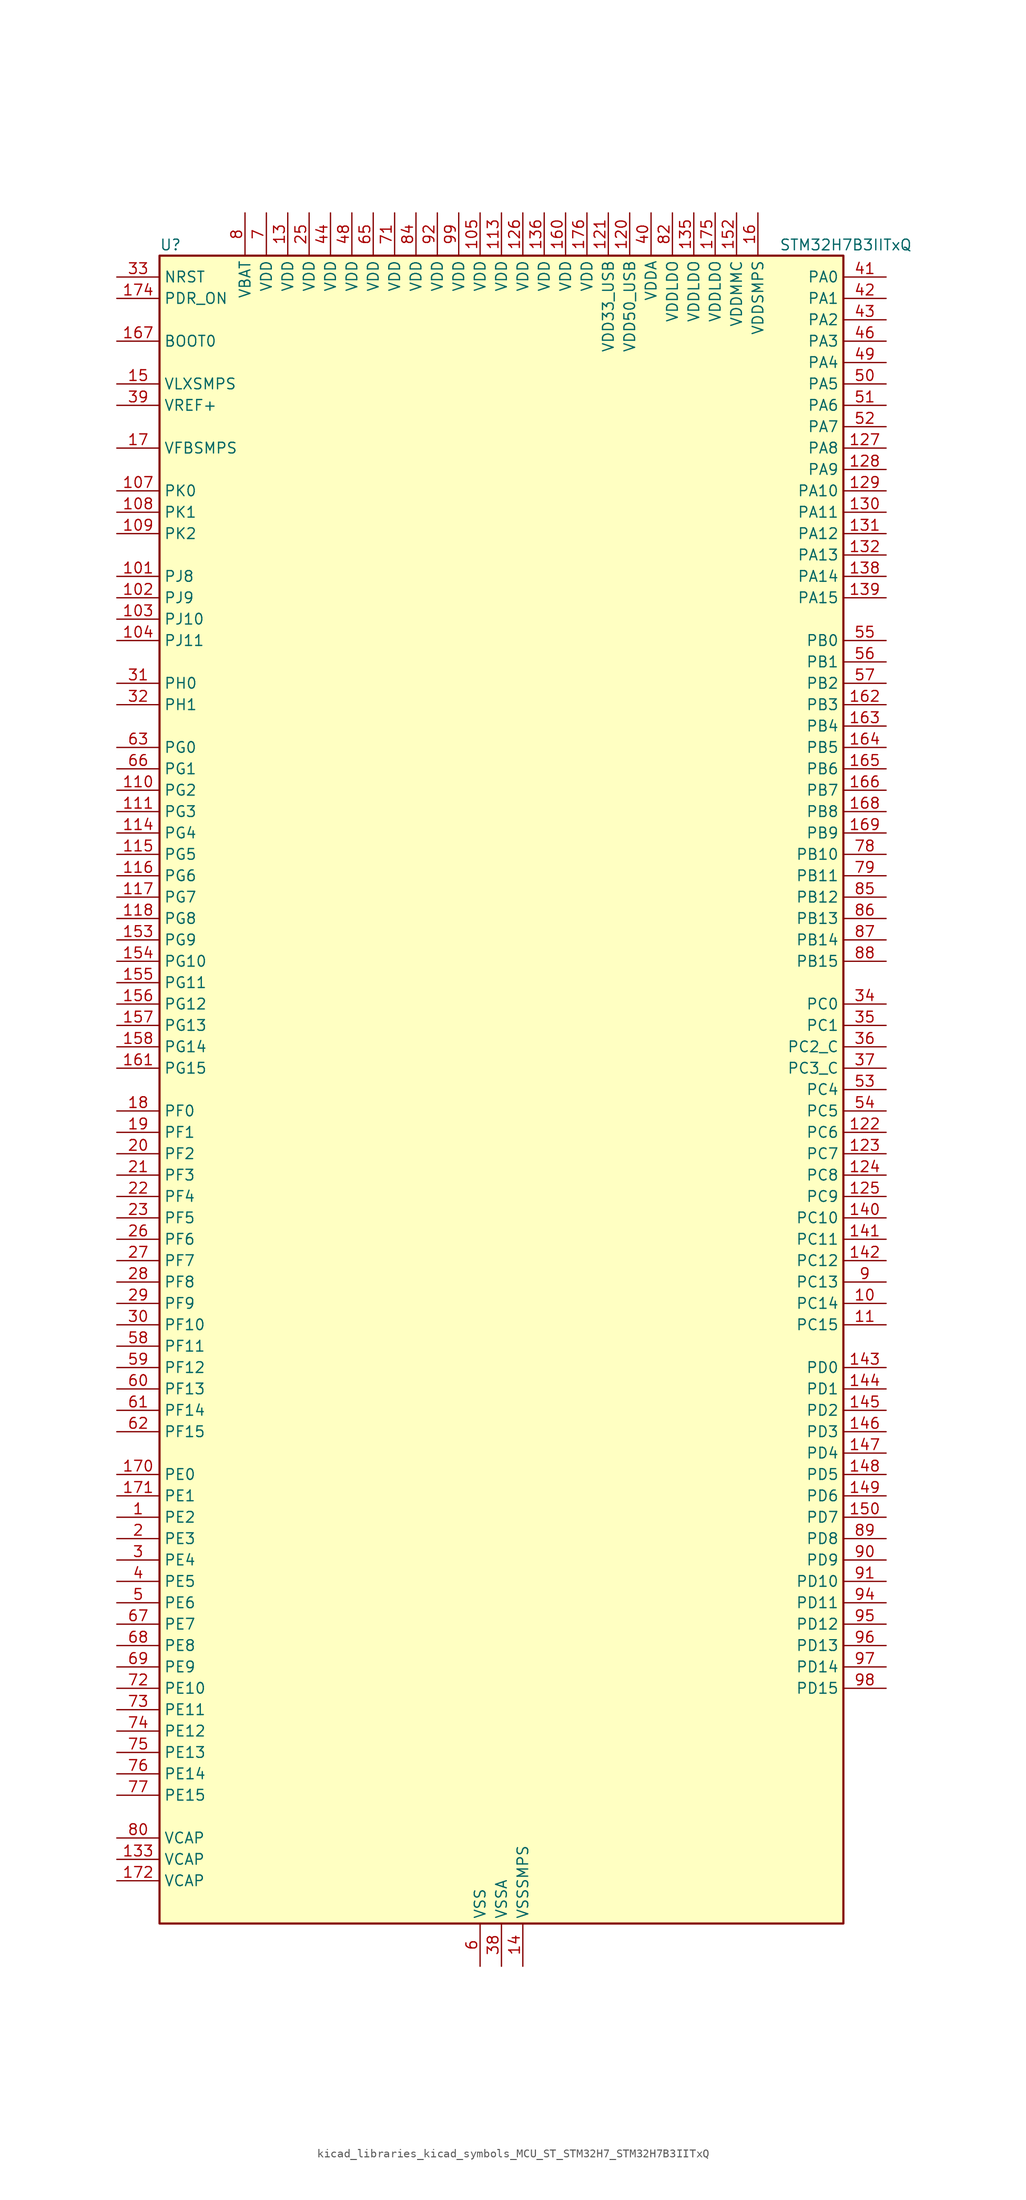
<source format=kicad_sym>
(kicad_symbol_lib
  (version 20220914)
  (generator kicad_symbol_editor)
  (symbol "kicad_libraries_kicad_symbols_MCU_ST_STM32H7_STM32H7B3IITxQ"
    (property "Reference" "U"
      (at -40.64 100.33 0)
      (effects (font (size 1.27 1.27)) (justify left)))
    (property "Value" "STM32H7B3IITxQ"
      (at 33.02 100.33 0)
      (effects (font (size 1.27 1.27)) (justify left)))
    (property "ki_locked" ""
      (at 0 0 0)
      (effects (font (size 1.27 1.27))))
    (symbol "kicad_libraries_kicad_symbols_MCU_ST_STM32H7_STM32H7B3IITxQ_0_1"
      (rectangle (start -40.64 -99.06) (end 40.64 99.06) (stroke (width 0.254) (type default)) (fill (type background))))
    (symbol "kicad_libraries_kicad_symbols_MCU_ST_STM32H7_STM32H7B3IITxQ_1_1"
      (pin bidirectional line (at -45.72 -50.8 0) (length 5.08) (name "PE2" (effects (font (size 1.27 1.27)))) (number "1" (effects (font (size 1.27 1.27)))) (alternate "DEBUG_TRACECLK" bidirectional line) (alternate "FMC_A23" bidirectional line) (alternate "OCTOSPIM_P1_IO2" bidirectional line) (alternate "SAI1_CK1" bidirectional line) (alternate "SAI1_MCLK_A" bidirectional line) (alternate "SPI4_SCK" bidirectional line) (alternate "USART10_RX" bidirectional line))
      (pin bidirectional line (at 45.72 -25.4 180) (length 5.08) (name "PC14" (effects (font (size 1.27 1.27)))) (number "10" (effects (font (size 1.27 1.27)))) (alternate "RCC_OSC32_IN" bidirectional line))
      (pin passive line (at -2.54 -104.14 90) (length 5.08) hide (name "VSS" (effects (font (size 1.27 1.27)))) (number "100" (effects (font (size 1.27 1.27)))))
      (pin bidirectional line (at -45.72 60.96 0) (length 5.08) (name "PJ8" (effects (font (size 1.27 1.27)))) (number "101" (effects (font (size 1.27 1.27)))) (alternate "LTDC_G1" bidirectional line) (alternate "TIM1_CH3N" bidirectional line) (alternate "TIM8_CH1" bidirectional line) (alternate "UART8_TX" bidirectional line))
      (pin bidirectional line (at -45.72 58.42 0) (length 5.08) (name "PJ9" (effects (font (size 1.27 1.27)))) (number "102" (effects (font (size 1.27 1.27)))) (alternate "DAC1_EXTI9" bidirectional line) (alternate "LTDC_G2" bidirectional line) (alternate "TIM1_CH3" bidirectional line) (alternate "TIM8_CH1N" bidirectional line) (alternate "UART8_RX" bidirectional line))
      (pin bidirectional line (at -45.72 55.88 0) (length 5.08) (name "PJ10" (effects (font (size 1.27 1.27)))) (number "103" (effects (font (size 1.27 1.27)))) (alternate "LTDC_G3" bidirectional line) (alternate "SPI5_MOSI" bidirectional line) (alternate "TIM1_CH2N" bidirectional line) (alternate "TIM8_CH2" bidirectional line))
      (pin bidirectional line (at -45.72 53.34 0) (length 5.08) (name "PJ11" (effects (font (size 1.27 1.27)))) (number "104" (effects (font (size 1.27 1.27)))) (alternate "ADC1_EXTI11" bidirectional line) (alternate "ADC2_EXTI11" bidirectional line) (alternate "LTDC_G4" bidirectional line) (alternate "SPI5_MISO" bidirectional line) (alternate "TIM1_CH2" bidirectional line) (alternate "TIM8_CH2N" bidirectional line))
      (pin power_in line (at -2.54 104.14 270) (length 5.08) (name "VDD" (effects (font (size 1.27 1.27)))) (number "105" (effects (font (size 1.27 1.27)))))
      (pin passive line (at -2.54 -104.14 90) (length 5.08) hide (name "VSS" (effects (font (size 1.27 1.27)))) (number "106" (effects (font (size 1.27 1.27)))))
      (pin bidirectional line (at -45.72 71.12 0) (length 5.08) (name "PK0" (effects (font (size 1.27 1.27)))) (number "107" (effects (font (size 1.27 1.27)))) (alternate "LTDC_G5" bidirectional line) (alternate "SPI5_SCK" bidirectional line) (alternate "TIM1_CH1N" bidirectional line) (alternate "TIM8_CH3" bidirectional line))
      (pin bidirectional line (at -45.72 68.58 0) (length 5.08) (name "PK1" (effects (font (size 1.27 1.27)))) (number "108" (effects (font (size 1.27 1.27)))) (alternate "LTDC_G6" bidirectional line) (alternate "SPI5_NSS" bidirectional line) (alternate "TIM1_CH1" bidirectional line) (alternate "TIM8_CH3N" bidirectional line))
      (pin bidirectional line (at -45.72 66.04 0) (length 5.08) (name "PK2" (effects (font (size 1.27 1.27)))) (number "109" (effects (font (size 1.27 1.27)))) (alternate "LTDC_G7" bidirectional line) (alternate "TIM1_BKIN" bidirectional line) (alternate "TIM1_BKIN_COMP1" bidirectional line) (alternate "TIM1_BKIN_COMP2" bidirectional line) (alternate "TIM8_BKIN" bidirectional line) (alternate "TIM8_BKIN_COMP1" bidirectional line) (alternate "TIM8_BKIN_COMP2" bidirectional line))
      (pin bidirectional line (at 45.72 -27.94 180) (length 5.08) (name "PC15" (effects (font (size 1.27 1.27)))) (number "11" (effects (font (size 1.27 1.27)))) (alternate "ADC1_EXTI15" bidirectional line) (alternate "ADC2_EXTI15" bidirectional line) (alternate "RCC_OSC32_OUT" bidirectional line))
      (pin bidirectional line (at -45.72 35.56 0) (length 5.08) (name "PG2" (effects (font (size 1.27 1.27)))) (number "110" (effects (font (size 1.27 1.27)))) (alternate "FMC_A12" bidirectional line) (alternate "TIM8_BKIN" bidirectional line) (alternate "TIM8_BKIN_COMP1" bidirectional line) (alternate "TIM8_BKIN_COMP2" bidirectional line))
      (pin bidirectional line (at -45.72 33.02 0) (length 5.08) (name "PG3" (effects (font (size 1.27 1.27)))) (number "111" (effects (font (size 1.27 1.27)))) (alternate "FMC_A13" bidirectional line) (alternate "TIM8_BKIN2" bidirectional line) (alternate "TIM8_BKIN2_COMP1" bidirectional line) (alternate "TIM8_BKIN2_COMP2" bidirectional line))
      (pin passive line (at -2.54 -104.14 90) (length 5.08) hide (name "VSS" (effects (font (size 1.27 1.27)))) (number "112" (effects (font (size 1.27 1.27)))))
      (pin power_in line (at 0 104.14 270) (length 5.08) (name "VDD" (effects (font (size 1.27 1.27)))) (number "113" (effects (font (size 1.27 1.27)))))
      (pin bidirectional line (at -45.72 30.48 0) (length 5.08) (name "PG4" (effects (font (size 1.27 1.27)))) (number "114" (effects (font (size 1.27 1.27)))) (alternate "FMC_A14" bidirectional line) (alternate "FMC_BA0" bidirectional line) (alternate "TIM1_BKIN2" bidirectional line) (alternate "TIM1_BKIN2_COMP1" bidirectional line) (alternate "TIM1_BKIN2_COMP2" bidirectional line))
      (pin bidirectional line (at -45.72 27.94 0) (length 5.08) (name "PG5" (effects (font (size 1.27 1.27)))) (number "115" (effects (font (size 1.27 1.27)))) (alternate "FMC_A15" bidirectional line) (alternate "FMC_BA1" bidirectional line) (alternate "TIM1_ETR" bidirectional line))
      (pin bidirectional line (at -45.72 25.4 0) (length 5.08) (name "PG6" (effects (font (size 1.27 1.27)))) (number "116" (effects (font (size 1.27 1.27)))) (alternate "DCMI_D12" bidirectional line) (alternate "FMC_NE3" bidirectional line) (alternate "LTDC_R7" bidirectional line) (alternate "OCTOSPIM_P1_NCS" bidirectional line) (alternate "PSSI_D12" bidirectional line) (alternate "TIM17_BKIN" bidirectional line))
      (pin bidirectional line (at -45.72 22.86 0) (length 5.08) (name "PG7" (effects (font (size 1.27 1.27)))) (number "117" (effects (font (size 1.27 1.27)))) (alternate "DCMI_D13" bidirectional line) (alternate "FMC_INT" bidirectional line) (alternate "LTDC_CLK" bidirectional line) (alternate "OCTOSPIM_P2_DQS" bidirectional line) (alternate "PSSI_D13" bidirectional line) (alternate "SAI1_MCLK_A" bidirectional line) (alternate "USART6_CK" bidirectional line))
      (pin bidirectional line (at -45.72 20.32 0) (length 5.08) (name "PG8" (effects (font (size 1.27 1.27)))) (number "118" (effects (font (size 1.27 1.27)))) (alternate "FMC_SDCLK" bidirectional line) (alternate "I2S6_WS" bidirectional line) (alternate "LTDC_G7" bidirectional line) (alternate "SPDIFRX_IN2" bidirectional line) (alternate "SPI6_NSS" bidirectional line) (alternate "TIM8_ETR" bidirectional line) (alternate "USART6_DE" bidirectional line) (alternate "USART6_RTS" bidirectional line))
      (pin passive line (at -2.54 -104.14 90) (length 5.08) hide (name "VSS" (effects (font (size 1.27 1.27)))) (number "119" (effects (font (size 1.27 1.27)))))
      (pin passive line (at -2.54 -104.14 90) (length 5.08) hide (name "VSS" (effects (font (size 1.27 1.27)))) (number "12" (effects (font (size 1.27 1.27)))))
      (pin power_in line (at 15.24 104.14 270) (length 5.08) (name "VDD50_USB" (effects (font (size 1.27 1.27)))) (number "120" (effects (font (size 1.27 1.27)))))
      (pin power_in line (at 12.7 104.14 270) (length 5.08) (name "VDD33_USB" (effects (font (size 1.27 1.27)))) (number "121" (effects (font (size 1.27 1.27)))))
      (pin bidirectional line (at 45.72 -5.08 180) (length 5.08) (name "PC6" (effects (font (size 1.27 1.27)))) (number "122" (effects (font (size 1.27 1.27)))) (alternate "DCMI_D0" bidirectional line) (alternate "DFSDM1_CKIN3" bidirectional line) (alternate "FMC_NWAIT" bidirectional line) (alternate "I2S2_MCK" bidirectional line) (alternate "LTDC_HSYNC" bidirectional line) (alternate "PSSI_D0" bidirectional line) (alternate "SDMMC1_D0DIR" bidirectional line) (alternate "SDMMC1_D6" bidirectional line) (alternate "SDMMC2_D6" bidirectional line) (alternate "SWPMI1_IO" bidirectional line) (alternate "TIM3_CH1" bidirectional line) (alternate "TIM8_CH1" bidirectional line) (alternate "USART6_TX" bidirectional line))
      (pin bidirectional line (at 45.72 -7.62 180) (length 5.08) (name "PC7" (effects (font (size 1.27 1.27)))) (number "123" (effects (font (size 1.27 1.27)))) (alternate "DCMI_D1" bidirectional line) (alternate "DEBUG_TRGIO" bidirectional line) (alternate "DFSDM1_DATIN3" bidirectional line) (alternate "FMC_NE1" bidirectional line) (alternate "I2S3_MCK" bidirectional line) (alternate "LTDC_G6" bidirectional line) (alternate "PSSI_D1" bidirectional line) (alternate "SDMMC1_D123DIR" bidirectional line) (alternate "SDMMC1_D7" bidirectional line) (alternate "SDMMC2_D7" bidirectional line) (alternate "SWPMI1_TX" bidirectional line) (alternate "TIM3_CH2" bidirectional line) (alternate "TIM8_CH2" bidirectional line) (alternate "USART6_RX" bidirectional line))
      (pin bidirectional line (at 45.72 -10.16 180) (length 5.08) (name "PC8" (effects (font (size 1.27 1.27)))) (number "124" (effects (font (size 1.27 1.27)))) (alternate "DCMI_D2" bidirectional line) (alternate "DEBUG_TRACED1" bidirectional line) (alternate "FMC_INT" bidirectional line) (alternate "FMC_NCE" bidirectional line) (alternate "FMC_NE2" bidirectional line) (alternate "PSSI_D2" bidirectional line) (alternate "SDMMC1_D0" bidirectional line) (alternate "SWPMI1_RX" bidirectional line) (alternate "TIM3_CH3" bidirectional line) (alternate "TIM8_CH3" bidirectional line) (alternate "UART5_DE" bidirectional line) (alternate "UART5_RTS" bidirectional line) (alternate "USART6_CK" bidirectional line))
      (pin bidirectional line (at 45.72 -12.7 180) (length 5.08) (name "PC9" (effects (font (size 1.27 1.27)))) (number "125" (effects (font (size 1.27 1.27)))) (alternate "DAC1_EXTI9" bidirectional line) (alternate "DCMI_D3" bidirectional line) (alternate "I2C3_SDA" bidirectional line) (alternate "I2S_CKIN" bidirectional line) (alternate "LTDC_B2" bidirectional line) (alternate "LTDC_G3" bidirectional line) (alternate "OCTOSPIM_P1_IO0" bidirectional line) (alternate "PSSI_D3" bidirectional line) (alternate "RCC_MCO_2" bidirectional line) (alternate "SDMMC1_D1" bidirectional line) (alternate "SWPMI1_SUSPEND" bidirectional line) (alternate "TIM3_CH4" bidirectional line) (alternate "TIM8_CH4" bidirectional line) (alternate "UART5_CTS" bidirectional line))
      (pin power_in line (at 2.54 104.14 270) (length 5.08) (name "VDD" (effects (font (size 1.27 1.27)))) (number "126" (effects (font (size 1.27 1.27)))))
      (pin bidirectional line (at 45.72 76.2 180) (length 5.08) (name "PA8" (effects (font (size 1.27 1.27)))) (number "127" (effects (font (size 1.27 1.27)))) (alternate "I2C3_SCL" bidirectional line) (alternate "LTDC_B3" bidirectional line) (alternate "LTDC_R6" bidirectional line) (alternate "RCC_MCO_1" bidirectional line) (alternate "TIM1_CH1" bidirectional line) (alternate "TIM8_BKIN2" bidirectional line) (alternate "TIM8_BKIN2_COMP1" bidirectional line) (alternate "TIM8_BKIN2_COMP2" bidirectional line) (alternate "UART7_RX" bidirectional line) (alternate "USART1_CK" bidirectional line) (alternate "USB_OTG_HS_SOF" bidirectional line))
      (pin bidirectional line (at 45.72 73.66 180) (length 5.08) (name "PA9" (effects (font (size 1.27 1.27)))) (number "128" (effects (font (size 1.27 1.27)))) (alternate "DAC1_EXTI9" bidirectional line) (alternate "DCMI_D0" bidirectional line) (alternate "I2C3_SMBA" bidirectional line) (alternate "I2S2_CK" bidirectional line) (alternate "LPUART1_TX" bidirectional line) (alternate "LTDC_R5" bidirectional line) (alternate "PSSI_D0" bidirectional line) (alternate "SPI2_SCK" bidirectional line) (alternate "TIM1_CH2" bidirectional line) (alternate "USART1_TX" bidirectional line) (alternate "USB_OTG_HS_VBUS" bidirectional line))
      (pin bidirectional line (at 45.72 71.12 180) (length 5.08) (name "PA10" (effects (font (size 1.27 1.27)))) (number "129" (effects (font (size 1.27 1.27)))) (alternate "DCMI_D1" bidirectional line) (alternate "LPUART1_RX" bidirectional line) (alternate "LTDC_B1" bidirectional line) (alternate "LTDC_B4" bidirectional line) (alternate "MDIOS_MDIO" bidirectional line) (alternate "PSSI_D1" bidirectional line) (alternate "TIM1_CH3" bidirectional line) (alternate "USART1_RX" bidirectional line) (alternate "USB_OTG_HS_ID" bidirectional line))
      (pin power_in line (at -25.4 104.14 270) (length 5.08) (name "VDD" (effects (font (size 1.27 1.27)))) (number "13" (effects (font (size 1.27 1.27)))))
      (pin bidirectional line (at 45.72 68.58 180) (length 5.08) (name "PA11" (effects (font (size 1.27 1.27)))) (number "130" (effects (font (size 1.27 1.27)))) (alternate "ADC1_EXTI11" bidirectional line) (alternate "ADC2_EXTI11" bidirectional line) (alternate "FDCAN1_RX" bidirectional line) (alternate "I2S2_WS" bidirectional line) (alternate "LPUART1_CTS" bidirectional line) (alternate "LTDC_R4" bidirectional line) (alternate "SPI2_NSS" bidirectional line) (alternate "TIM1_CH4" bidirectional line) (alternate "UART4_RX" bidirectional line) (alternate "USART1_CTS" bidirectional line) (alternate "USART1_NSS" bidirectional line) (alternate "USB_OTG_HS_DM" bidirectional line))
      (pin bidirectional line (at 45.72 66.04 180) (length 5.08) (name "PA12" (effects (font (size 1.27 1.27)))) (number "131" (effects (font (size 1.27 1.27)))) (alternate "FDCAN1_TX" bidirectional line) (alternate "I2S2_CK" bidirectional line) (alternate "LPUART1_DE" bidirectional line) (alternate "LPUART1_RTS" bidirectional line) (alternate "LTDC_R5" bidirectional line) (alternate "SAI2_FS_B" bidirectional line) (alternate "SPI2_SCK" bidirectional line) (alternate "TIM1_ETR" bidirectional line) (alternate "UART4_TX" bidirectional line) (alternate "USART1_DE" bidirectional line) (alternate "USART1_RTS" bidirectional line) (alternate "USB_OTG_HS_DP" bidirectional line))
      (pin bidirectional line (at 45.72 63.5 180) (length 5.08) (name "PA13" (effects (font (size 1.27 1.27)))) (number "132" (effects (font (size 1.27 1.27)))) (alternate "DEBUG_JTMS-SWDIO" bidirectional line))
      (pin power_out line (at -45.72 -91.44 0) (length 5.08) (name "VCAP" (effects (font (size 1.27 1.27)))) (number "133" (effects (font (size 1.27 1.27)))))
      (pin passive line (at -2.54 -104.14 90) (length 5.08) hide (name "VSS" (effects (font (size 1.27 1.27)))) (number "134" (effects (font (size 1.27 1.27)))))
      (pin power_in line (at 22.86 104.14 270) (length 5.08) (name "VDDLDO" (effects (font (size 1.27 1.27)))) (number "135" (effects (font (size 1.27 1.27)))))
      (pin power_in line (at 5.08 104.14 270) (length 5.08) (name "VDD" (effects (font (size 1.27 1.27)))) (number "136" (effects (font (size 1.27 1.27)))))
      (pin passive line (at -2.54 -104.14 90) (length 5.08) hide (name "VSS" (effects (font (size 1.27 1.27)))) (number "137" (effects (font (size 1.27 1.27)))))
      (pin bidirectional line (at 45.72 60.96 180) (length 5.08) (name "PA14" (effects (font (size 1.27 1.27)))) (number "138" (effects (font (size 1.27 1.27)))) (alternate "DEBUG_JTCK-SWCLK" bidirectional line))
      (pin bidirectional line (at 45.72 58.42 180) (length 5.08) (name "PA15" (effects (font (size 1.27 1.27)))) (number "139" (effects (font (size 1.27 1.27)))) (alternate "ADC1_EXTI15" bidirectional line) (alternate "ADC2_EXTI15" bidirectional line) (alternate "CEC" bidirectional line) (alternate "DEBUG_JTDI" bidirectional line) (alternate "I2S1_WS" bidirectional line) (alternate "I2S3_WS" bidirectional line) (alternate "I2S6_WS" bidirectional line) (alternate "LTDC_B6" bidirectional line) (alternate "LTDC_R3" bidirectional line) (alternate "SPI1_NSS" bidirectional line) (alternate "SPI3_NSS" bidirectional line) (alternate "SPI6_NSS" bidirectional line) (alternate "TIM2_CH1" bidirectional line) (alternate "TIM2_ETR" bidirectional line) (alternate "UART4_DE" bidirectional line) (alternate "UART4_RTS" bidirectional line) (alternate "UART7_TX" bidirectional line))
      (pin power_in line (at 2.54 -104.14 90) (length 5.08) (name "VSSSMPS" (effects (font (size 1.27 1.27)))) (number "14" (effects (font (size 1.27 1.27)))))
      (pin bidirectional line (at 45.72 -15.24 180) (length 5.08) (name "PC10" (effects (font (size 1.27 1.27)))) (number "140" (effects (font (size 1.27 1.27)))) (alternate "DCMI_D8" bidirectional line) (alternate "DFSDM1_CKIN5" bidirectional line) (alternate "DFSDM2_CKIN0" bidirectional line) (alternate "I2S3_CK" bidirectional line) (alternate "LTDC_B1" bidirectional line) (alternate "LTDC_R2" bidirectional line) (alternate "OCTOSPIM_P1_IO1" bidirectional line) (alternate "PSSI_D8" bidirectional line) (alternate "SDMMC1_D2" bidirectional line) (alternate "SPI3_SCK" bidirectional line) (alternate "SWPMI1_RX" bidirectional line) (alternate "UART4_TX" bidirectional line) (alternate "USART3_TX" bidirectional line))
      (pin bidirectional line (at 45.72 -17.78 180) (length 5.08) (name "PC11" (effects (font (size 1.27 1.27)))) (number "141" (effects (font (size 1.27 1.27)))) (alternate "ADC1_EXTI11" bidirectional line) (alternate "ADC2_EXTI11" bidirectional line) (alternate "DCMI_D4" bidirectional line) (alternate "DFSDM1_DATIN5" bidirectional line) (alternate "DFSDM2_DATIN0" bidirectional line) (alternate "I2S3_SDI" bidirectional line) (alternate "LTDC_B4" bidirectional line) (alternate "OCTOSPIM_P1_NCS" bidirectional line) (alternate "PSSI_D4" bidirectional line) (alternate "SDMMC1_D3" bidirectional line) (alternate "SPI3_MISO" bidirectional line) (alternate "UART4_RX" bidirectional line) (alternate "USART3_RX" bidirectional line))
      (pin bidirectional line (at 45.72 -20.32 180) (length 5.08) (name "PC12" (effects (font (size 1.27 1.27)))) (number "142" (effects (font (size 1.27 1.27)))) (alternate "DCMI_D9" bidirectional line) (alternate "DEBUG_TRACED3" bidirectional line) (alternate "DFSDM2_CKOUT" bidirectional line) (alternate "I2S3_SDO" bidirectional line) (alternate "I2S6_CK" bidirectional line) (alternate "LTDC_R6" bidirectional line) (alternate "PSSI_D9" bidirectional line) (alternate "SDMMC1_CK" bidirectional line) (alternate "SPI3_MOSI" bidirectional line) (alternate "SPI6_SCK" bidirectional line) (alternate "TIM15_CH1" bidirectional line) (alternate "UART5_TX" bidirectional line) (alternate "USART3_CK" bidirectional line))
      (pin bidirectional line (at 45.72 -33.02 180) (length 5.08) (name "PD0" (effects (font (size 1.27 1.27)))) (number "143" (effects (font (size 1.27 1.27)))) (alternate "DFSDM1_CKIN6" bidirectional line) (alternate "FDCAN1_RX" bidirectional line) (alternate "FMC_D2" bidirectional line) (alternate "FMC_DA2" bidirectional line) (alternate "LTDC_B1" bidirectional line) (alternate "UART4_RX" bidirectional line) (alternate "UART9_CTS" bidirectional line))
      (pin bidirectional line (at 45.72 -35.56 180) (length 5.08) (name "PD1" (effects (font (size 1.27 1.27)))) (number "144" (effects (font (size 1.27 1.27)))) (alternate "DFSDM1_DATIN6" bidirectional line) (alternate "FDCAN1_TX" bidirectional line) (alternate "FMC_D3" bidirectional line) (alternate "FMC_DA3" bidirectional line) (alternate "UART4_TX" bidirectional line))
      (pin bidirectional line (at 45.72 -38.1 180) (length 5.08) (name "PD2" (effects (font (size 1.27 1.27)))) (number "145" (effects (font (size 1.27 1.27)))) (alternate "DCMI_D11" bidirectional line) (alternate "DEBUG_TRACED2" bidirectional line) (alternate "LTDC_B2" bidirectional line) (alternate "LTDC_B7" bidirectional line) (alternate "PSSI_D11" bidirectional line) (alternate "SDMMC1_CMD" bidirectional line) (alternate "TIM15_BKIN" bidirectional line) (alternate "TIM3_ETR" bidirectional line) (alternate "UART5_RX" bidirectional line))
      (pin bidirectional line (at 45.72 -40.64 180) (length 5.08) (name "PD3" (effects (font (size 1.27 1.27)))) (number "146" (effects (font (size 1.27 1.27)))) (alternate "DCMI_D5" bidirectional line) (alternate "DFSDM1_CKOUT" bidirectional line) (alternate "FMC_CLK" bidirectional line) (alternate "I2S2_CK" bidirectional line) (alternate "LTDC_G7" bidirectional line) (alternate "PSSI_D5" bidirectional line) (alternate "SPI2_SCK" bidirectional line) (alternate "USART2_CTS" bidirectional line) (alternate "USART2_NSS" bidirectional line))
      (pin bidirectional line (at 45.72 -43.18 180) (length 5.08) (name "PD4" (effects (font (size 1.27 1.27)))) (number "147" (effects (font (size 1.27 1.27)))) (alternate "FMC_NOE" bidirectional line) (alternate "OCTOSPIM_P1_IO4" bidirectional line) (alternate "USART2_DE" bidirectional line) (alternate "USART2_RTS" bidirectional line))
      (pin bidirectional line (at 45.72 -45.72 180) (length 5.08) (name "PD5" (effects (font (size 1.27 1.27)))) (number "148" (effects (font (size 1.27 1.27)))) (alternate "FMC_NWE" bidirectional line) (alternate "OCTOSPIM_P1_IO5" bidirectional line) (alternate "USART2_TX" bidirectional line))
      (pin bidirectional line (at 45.72 -48.26 180) (length 5.08) (name "PD6" (effects (font (size 1.27 1.27)))) (number "149" (effects (font (size 1.27 1.27)))) (alternate "DCMI_D10" bidirectional line) (alternate "DFSDM1_CKIN4" bidirectional line) (alternate "DFSDM1_DATIN1" bidirectional line) (alternate "FMC_NWAIT" bidirectional line) (alternate "I2S3_SDO" bidirectional line) (alternate "LTDC_B2" bidirectional line) (alternate "OCTOSPIM_P1_IO6" bidirectional line) (alternate "PSSI_D10" bidirectional line) (alternate "SAI1_D1" bidirectional line) (alternate "SAI1_SD_A" bidirectional line) (alternate "SDMMC2_CK" bidirectional line) (alternate "SPI3_MOSI" bidirectional line) (alternate "USART2_RX" bidirectional line))
      (pin power_in line (at -45.72 83.82 0) (length 5.08) (name "VLXSMPS" (effects (font (size 1.27 1.27)))) (number "15" (effects (font (size 1.27 1.27)))))
      (pin bidirectional line (at 45.72 -50.8 180) (length 5.08) (name "PD7" (effects (font (size 1.27 1.27)))) (number "150" (effects (font (size 1.27 1.27)))) (alternate "DFSDM1_CKIN1" bidirectional line) (alternate "DFSDM1_DATIN4" bidirectional line) (alternate "FMC_NE1" bidirectional line) (alternate "I2S1_SDO" bidirectional line) (alternate "OCTOSPIM_P1_IO7" bidirectional line) (alternate "SDMMC2_CMD" bidirectional line) (alternate "SPDIFRX_IN0" bidirectional line) (alternate "SPI1_MOSI" bidirectional line) (alternate "USART2_CK" bidirectional line))
      (pin passive line (at -2.54 -104.14 90) (length 5.08) hide (name "VSS" (effects (font (size 1.27 1.27)))) (number "151" (effects (font (size 1.27 1.27)))))
      (pin power_in line (at 27.94 104.14 270) (length 5.08) (name "VDDMMC" (effects (font (size 1.27 1.27)))) (number "152" (effects (font (size 1.27 1.27)))))
      (pin bidirectional line (at -45.72 17.78 0) (length 5.08) (name "PG9" (effects (font (size 1.27 1.27)))) (number "153" (effects (font (size 1.27 1.27)))) (alternate "DAC1_EXTI9" bidirectional line) (alternate "DCMI_VSYNC" bidirectional line) (alternate "FMC_NCE" bidirectional line) (alternate "FMC_NE2" bidirectional line) (alternate "I2S1_SDI" bidirectional line) (alternate "OCTOSPIM_P1_IO6" bidirectional line) (alternate "PSSI_RDY" bidirectional line) (alternate "SAI2_FS_B" bidirectional line) (alternate "SDMMC2_D0" bidirectional line) (alternate "SPDIFRX_IN3" bidirectional line) (alternate "SPI1_MISO" bidirectional line) (alternate "USART6_RX" bidirectional line))
      (pin bidirectional line (at -45.72 15.24 0) (length 5.08) (name "PG10" (effects (font (size 1.27 1.27)))) (number "154" (effects (font (size 1.27 1.27)))) (alternate "DCMI_D2" bidirectional line) (alternate "FMC_NE3" bidirectional line) (alternate "I2S1_WS" bidirectional line) (alternate "LTDC_B2" bidirectional line) (alternate "LTDC_G3" bidirectional line) (alternate "OCTOSPIM_P2_IO6" bidirectional line) (alternate "PSSI_D2" bidirectional line) (alternate "SAI2_SD_B" bidirectional line) (alternate "SDMMC2_D1" bidirectional line) (alternate "SPI1_NSS" bidirectional line))
      (pin bidirectional line (at -45.72 12.7 0) (length 5.08) (name "PG11" (effects (font (size 1.27 1.27)))) (number "155" (effects (font (size 1.27 1.27)))) (alternate "ADC1_EXTI11" bidirectional line) (alternate "ADC2_EXTI11" bidirectional line) (alternate "DCMI_D3" bidirectional line) (alternate "I2S1_CK" bidirectional line) (alternate "LPTIM1_IN2" bidirectional line) (alternate "LTDC_B3" bidirectional line) (alternate "OCTOSPIM_P2_IO7" bidirectional line) (alternate "PSSI_D3" bidirectional line) (alternate "SDMMC2_D2" bidirectional line) (alternate "SPDIFRX_IN0" bidirectional line) (alternate "SPI1_SCK" bidirectional line) (alternate "USART10_RX" bidirectional line))
      (pin bidirectional line (at -45.72 10.16 0) (length 5.08) (name "PG12" (effects (font (size 1.27 1.27)))) (number "156" (effects (font (size 1.27 1.27)))) (alternate "FMC_NE4" bidirectional line) (alternate "I2S6_SDI" bidirectional line) (alternate "LPTIM1_IN1" bidirectional line) (alternate "LTDC_B1" bidirectional line) (alternate "LTDC_B4" bidirectional line) (alternate "OCTOSPIM_P2_NCS" bidirectional line) (alternate "SDMMC2_D3" bidirectional line) (alternate "SPDIFRX_IN1" bidirectional line) (alternate "SPI6_MISO" bidirectional line) (alternate "USART10_TX" bidirectional line) (alternate "USART6_DE" bidirectional line) (alternate "USART6_RTS" bidirectional line))
      (pin bidirectional line (at -45.72 7.62 0) (length 5.08) (name "PG13" (effects (font (size 1.27 1.27)))) (number "157" (effects (font (size 1.27 1.27)))) (alternate "DEBUG_TRACED0" bidirectional line) (alternate "FMC_A24" bidirectional line) (alternate "I2S6_CK" bidirectional line) (alternate "LPTIM1_OUT" bidirectional line) (alternate "LTDC_R0" bidirectional line) (alternate "SDMMC2_D6" bidirectional line) (alternate "SPI6_SCK" bidirectional line) (alternate "USART10_CTS" bidirectional line) (alternate "USART10_NSS" bidirectional line) (alternate "USART6_CTS" bidirectional line) (alternate "USART6_NSS" bidirectional line))
      (pin bidirectional line (at -45.72 5.08 0) (length 5.08) (name "PG14" (effects (font (size 1.27 1.27)))) (number "158" (effects (font (size 1.27 1.27)))) (alternate "DEBUG_TRACED1" bidirectional line) (alternate "FMC_A25" bidirectional line) (alternate "I2S6_SDO" bidirectional line) (alternate "LPTIM1_ETR" bidirectional line) (alternate "LTDC_B0" bidirectional line) (alternate "OCTOSPIM_P1_IO7" bidirectional line) (alternate "SDMMC2_D7" bidirectional line) (alternate "SPI6_MOSI" bidirectional line) (alternate "USART10_DE" bidirectional line) (alternate "USART10_RTS" bidirectional line) (alternate "USART6_TX" bidirectional line))
      (pin passive line (at -2.54 -104.14 90) (length 5.08) hide (name "VSS" (effects (font (size 1.27 1.27)))) (number "159" (effects (font (size 1.27 1.27)))))
      (pin power_in line (at 30.48 104.14 270) (length 5.08) (name "VDDSMPS" (effects (font (size 1.27 1.27)))) (number "16" (effects (font (size 1.27 1.27)))))
      (pin power_in line (at 7.62 104.14 270) (length 5.08) (name "VDD" (effects (font (size 1.27 1.27)))) (number "160" (effects (font (size 1.27 1.27)))))
      (pin bidirectional line (at -45.72 2.54 0) (length 5.08) (name "PG15" (effects (font (size 1.27 1.27)))) (number "161" (effects (font (size 1.27 1.27)))) (alternate "ADC1_EXTI15" bidirectional line) (alternate "ADC2_EXTI15" bidirectional line) (alternate "DCMI_D13" bidirectional line) (alternate "FMC_SDNCAS" bidirectional line) (alternate "OCTOSPIM_P2_DQS" bidirectional line) (alternate "PSSI_D13" bidirectional line) (alternate "USART10_CK" bidirectional line) (alternate "USART6_CTS" bidirectional line) (alternate "USART6_NSS" bidirectional line))
      (pin bidirectional line (at 45.72 45.72 180) (length 5.08) (name "PB3" (effects (font (size 1.27 1.27)))) (number "162" (effects (font (size 1.27 1.27)))) (alternate "CRS_SYNC" bidirectional line) (alternate "DEBUG_JTDO-SWO" bidirectional line) (alternate "I2S1_CK" bidirectional line) (alternate "I2S3_CK" bidirectional line) (alternate "I2S6_CK" bidirectional line) (alternate "SDMMC2_D2" bidirectional line) (alternate "SPI1_SCK" bidirectional line) (alternate "SPI3_SCK" bidirectional line) (alternate "SPI6_SCK" bidirectional line) (alternate "TIM2_CH2" bidirectional line) (alternate "UART7_RX" bidirectional line))
      (pin bidirectional line (at 45.72 43.18 180) (length 5.08) (name "PB4" (effects (font (size 1.27 1.27)))) (number "163" (effects (font (size 1.27 1.27)))) (alternate "DEBUG_JTRST" bidirectional line) (alternate "I2S1_SDI" bidirectional line) (alternate "I2S2_WS" bidirectional line) (alternate "I2S3_SDI" bidirectional line) (alternate "I2S6_SDI" bidirectional line) (alternate "SDMMC2_D3" bidirectional line) (alternate "SPI1_MISO" bidirectional line) (alternate "SPI2_NSS" bidirectional line) (alternate "SPI3_MISO" bidirectional line) (alternate "SPI6_MISO" bidirectional line) (alternate "TIM16_BKIN" bidirectional line) (alternate "TIM3_CH1" bidirectional line) (alternate "UART7_TX" bidirectional line))
      (pin bidirectional line (at 45.72 40.64 180) (length 5.08) (name "PB5" (effects (font (size 1.27 1.27)))) (number "164" (effects (font (size 1.27 1.27)))) (alternate "DCMI_D10" bidirectional line) (alternate "FDCAN2_RX" bidirectional line) (alternate "FMC_SDCKE1" bidirectional line) (alternate "I2C1_SMBA" bidirectional line) (alternate "I2C4_SMBA" bidirectional line) (alternate "I2S1_SDO" bidirectional line) (alternate "I2S3_SDO" bidirectional line) (alternate "I2S6_SDO" bidirectional line) (alternate "LTDC_B5" bidirectional line) (alternate "PSSI_D10" bidirectional line) (alternate "SPI1_MOSI" bidirectional line) (alternate "SPI3_MOSI" bidirectional line) (alternate "SPI6_MOSI" bidirectional line) (alternate "TIM17_BKIN" bidirectional line) (alternate "TIM3_CH2" bidirectional line) (alternate "UART5_RX" bidirectional line) (alternate "USB_OTG_HS_ULPI_D7" bidirectional line))
      (pin bidirectional line (at 45.72 38.1 180) (length 5.08) (name "PB6" (effects (font (size 1.27 1.27)))) (number "165" (effects (font (size 1.27 1.27)))) (alternate "CEC" bidirectional line) (alternate "DCMI_D5" bidirectional line) (alternate "DFSDM1_DATIN5" bidirectional line) (alternate "FDCAN2_TX" bidirectional line) (alternate "FMC_SDNE1" bidirectional line) (alternate "I2C1_SCL" bidirectional line) (alternate "I2C4_SCL" bidirectional line) (alternate "LPUART1_TX" bidirectional line) (alternate "OCTOSPIM_P1_NCS" bidirectional line) (alternate "PSSI_D5" bidirectional line) (alternate "TIM16_CH1N" bidirectional line) (alternate "TIM4_CH1" bidirectional line) (alternate "UART5_TX" bidirectional line) (alternate "USART1_TX" bidirectional line))
      (pin bidirectional line (at 45.72 35.56 180) (length 5.08) (name "PB7" (effects (font (size 1.27 1.27)))) (number "166" (effects (font (size 1.27 1.27)))) (alternate "DCMI_VSYNC" bidirectional line) (alternate "DFSDM1_CKIN5" bidirectional line) (alternate "FMC_NL" bidirectional line) (alternate "I2C1_SDA" bidirectional line) (alternate "I2C4_SDA" bidirectional line) (alternate "LPUART1_RX" bidirectional line) (alternate "PSSI_RDY" bidirectional line) (alternate "PWR_PVD_IN" bidirectional line) (alternate "TIM17_CH1N" bidirectional line) (alternate "TIM4_CH2" bidirectional line) (alternate "USART1_RX" bidirectional line))
      (pin input line (at -45.72 88.9 0) (length 5.08) (name "BOOT0" (effects (font (size 1.27 1.27)))) (number "167" (effects (font (size 1.27 1.27)))))
      (pin bidirectional line (at 45.72 33.02 180) (length 5.08) (name "PB8" (effects (font (size 1.27 1.27)))) (number "168" (effects (font (size 1.27 1.27)))) (alternate "DCMI_D6" bidirectional line) (alternate "DFSDM1_CKIN7" bidirectional line) (alternate "FDCAN1_RX" bidirectional line) (alternate "I2C1_SCL" bidirectional line) (alternate "I2C4_SCL" bidirectional line) (alternate "LTDC_B6" bidirectional line) (alternate "PSSI_D6" bidirectional line) (alternate "SDMMC1_CKIN" bidirectional line) (alternate "SDMMC1_D4" bidirectional line) (alternate "SDMMC2_D4" bidirectional line) (alternate "TIM16_CH1" bidirectional line) (alternate "TIM4_CH3" bidirectional line) (alternate "UART4_RX" bidirectional line))
      (pin bidirectional line (at 45.72 30.48 180) (length 5.08) (name "PB9" (effects (font (size 1.27 1.27)))) (number "169" (effects (font (size 1.27 1.27)))) (alternate "DAC1_EXTI9" bidirectional line) (alternate "DCMI_D7" bidirectional line) (alternate "DFSDM1_DATIN7" bidirectional line) (alternate "FDCAN1_TX" bidirectional line) (alternate "I2C1_SDA" bidirectional line) (alternate "I2C4_SDA" bidirectional line) (alternate "I2C4_SMBA" bidirectional line) (alternate "I2S2_WS" bidirectional line) (alternate "LTDC_B7" bidirectional line) (alternate "PSSI_D7" bidirectional line) (alternate "SDMMC1_CDIR" bidirectional line) (alternate "SDMMC1_D5" bidirectional line) (alternate "SDMMC2_D5" bidirectional line) (alternate "SPI2_NSS" bidirectional line) (alternate "TIM17_CH1" bidirectional line) (alternate "TIM4_CH4" bidirectional line) (alternate "UART4_TX" bidirectional line))
      (pin input line (at -45.72 76.2 0) (length 5.08) (name "VFBSMPS" (effects (font (size 1.27 1.27)))) (number "17" (effects (font (size 1.27 1.27)))))
      (pin bidirectional line (at -45.72 -45.72 0) (length 5.08) (name "PE0" (effects (font (size 1.27 1.27)))) (number "170" (effects (font (size 1.27 1.27)))) (alternate "DCMI_D2" bidirectional line) (alternate "FMC_NBL0" bidirectional line) (alternate "LPTIM1_ETR" bidirectional line) (alternate "LPTIM2_ETR" bidirectional line) (alternate "LTDC_R0" bidirectional line) (alternate "PSSI_D2" bidirectional line) (alternate "SAI2_MCLK_A" bidirectional line) (alternate "TIM4_ETR" bidirectional line) (alternate "UART8_RX" bidirectional line))
      (pin bidirectional line (at -45.72 -48.26 0) (length 5.08) (name "PE1" (effects (font (size 1.27 1.27)))) (number "171" (effects (font (size 1.27 1.27)))) (alternate "DCMI_D3" bidirectional line) (alternate "FMC_NBL1" bidirectional line) (alternate "LPTIM1_IN2" bidirectional line) (alternate "LTDC_R6" bidirectional line) (alternate "PSSI_D3" bidirectional line) (alternate "UART8_TX" bidirectional line))
      (pin power_out line (at -45.72 -93.98 0) (length 5.08) (name "VCAP" (effects (font (size 1.27 1.27)))) (number "172" (effects (font (size 1.27 1.27)))))
      (pin passive line (at -2.54 -104.14 90) (length 5.08) hide (name "VSS" (effects (font (size 1.27 1.27)))) (number "173" (effects (font (size 1.27 1.27)))))
      (pin input line (at -45.72 93.98 0) (length 5.08) (name "PDR_ON" (effects (font (size 1.27 1.27)))) (number "174" (effects (font (size 1.27 1.27)))))
      (pin power_in line (at 25.4 104.14 270) (length 5.08) (name "VDDLDO" (effects (font (size 1.27 1.27)))) (number "175" (effects (font (size 1.27 1.27)))))
      (pin power_in line (at 10.16 104.14 270) (length 5.08) (name "VDD" (effects (font (size 1.27 1.27)))) (number "176" (effects (font (size 1.27 1.27)))))
      (pin bidirectional line (at -45.72 -2.54 0) (length 5.08) (name "PF0" (effects (font (size 1.27 1.27)))) (number "18" (effects (font (size 1.27 1.27)))) (alternate "FMC_A0" bidirectional line) (alternate "I2C2_SDA" bidirectional line) (alternate "OCTOSPIM_P2_IO0" bidirectional line))
      (pin bidirectional line (at -45.72 -5.08 0) (length 5.08) (name "PF1" (effects (font (size 1.27 1.27)))) (number "19" (effects (font (size 1.27 1.27)))) (alternate "FMC_A1" bidirectional line) (alternate "I2C2_SCL" bidirectional line) (alternate "OCTOSPIM_P2_IO1" bidirectional line))
      (pin bidirectional line (at -45.72 -53.34 0) (length 5.08) (name "PE3" (effects (font (size 1.27 1.27)))) (number "2" (effects (font (size 1.27 1.27)))) (alternate "DEBUG_TRACED0" bidirectional line) (alternate "FMC_A19" bidirectional line) (alternate "SAI1_SD_B" bidirectional line) (alternate "TIM15_BKIN" bidirectional line) (alternate "USART10_TX" bidirectional line))
      (pin bidirectional line (at -45.72 -7.62 0) (length 5.08) (name "PF2" (effects (font (size 1.27 1.27)))) (number "20" (effects (font (size 1.27 1.27)))) (alternate "FMC_A2" bidirectional line) (alternate "I2C2_SMBA" bidirectional line) (alternate "OCTOSPIM_P2_IO2" bidirectional line))
      (pin bidirectional line (at -45.72 -10.16 0) (length 5.08) (name "PF3" (effects (font (size 1.27 1.27)))) (number "21" (effects (font (size 1.27 1.27)))) (alternate "FMC_A3" bidirectional line) (alternate "OCTOSPIM_P2_IO3" bidirectional line))
      (pin bidirectional line (at -45.72 -12.7 0) (length 5.08) (name "PF4" (effects (font (size 1.27 1.27)))) (number "22" (effects (font (size 1.27 1.27)))) (alternate "FMC_A4" bidirectional line) (alternate "OCTOSPIM_P2_CLK" bidirectional line))
      (pin bidirectional line (at -45.72 -15.24 0) (length 5.08) (name "PF5" (effects (font (size 1.27 1.27)))) (number "23" (effects (font (size 1.27 1.27)))) (alternate "FMC_A5" bidirectional line) (alternate "OCTOSPIM_P2_NCLK" bidirectional line))
      (pin passive line (at -2.54 -104.14 90) (length 5.08) hide (name "VSS" (effects (font (size 1.27 1.27)))) (number "24" (effects (font (size 1.27 1.27)))))
      (pin power_in line (at -22.86 104.14 270) (length 5.08) (name "VDD" (effects (font (size 1.27 1.27)))) (number "25" (effects (font (size 1.27 1.27)))))
      (pin bidirectional line (at -45.72 -17.78 0) (length 5.08) (name "PF6" (effects (font (size 1.27 1.27)))) (number "26" (effects (font (size 1.27 1.27)))) (alternate "OCTOSPIM_P1_IO3" bidirectional line) (alternate "SAI1_SD_B" bidirectional line) (alternate "SPI5_NSS" bidirectional line) (alternate "TIM16_CH1" bidirectional line) (alternate "UART7_RX" bidirectional line))
      (pin bidirectional line (at -45.72 -20.32 0) (length 5.08) (name "PF7" (effects (font (size 1.27 1.27)))) (number "27" (effects (font (size 1.27 1.27)))) (alternate "OCTOSPIM_P1_IO2" bidirectional line) (alternate "SAI1_MCLK_B" bidirectional line) (alternate "SPI5_SCK" bidirectional line) (alternate "TIM17_CH1" bidirectional line) (alternate "UART7_TX" bidirectional line))
      (pin bidirectional line (at -45.72 -22.86 0) (length 5.08) (name "PF8" (effects (font (size 1.27 1.27)))) (number "28" (effects (font (size 1.27 1.27)))) (alternate "OCTOSPIM_P1_IO0" bidirectional line) (alternate "SAI1_SCK_B" bidirectional line) (alternate "SPI5_MISO" bidirectional line) (alternate "TIM13_CH1" bidirectional line) (alternate "TIM16_CH1N" bidirectional line) (alternate "UART7_DE" bidirectional line) (alternate "UART7_RTS" bidirectional line))
      (pin bidirectional line (at -45.72 -25.4 0) (length 5.08) (name "PF9" (effects (font (size 1.27 1.27)))) (number "29" (effects (font (size 1.27 1.27)))) (alternate "DAC1_EXTI9" bidirectional line) (alternate "OCTOSPIM_P1_IO1" bidirectional line) (alternate "SAI1_FS_B" bidirectional line) (alternate "SPI5_MOSI" bidirectional line) (alternate "TIM14_CH1" bidirectional line) (alternate "TIM17_CH1N" bidirectional line) (alternate "UART7_CTS" bidirectional line))
      (pin bidirectional line (at -45.72 -55.88 0) (length 5.08) (name "PE4" (effects (font (size 1.27 1.27)))) (number "3" (effects (font (size 1.27 1.27)))) (alternate "DCMI_D4" bidirectional line) (alternate "DEBUG_TRACED1" bidirectional line) (alternate "DFSDM1_DATIN3" bidirectional line) (alternate "FMC_A20" bidirectional line) (alternate "LTDC_B0" bidirectional line) (alternate "PSSI_D4" bidirectional line) (alternate "SAI1_D2" bidirectional line) (alternate "SAI1_FS_A" bidirectional line) (alternate "SPI4_NSS" bidirectional line) (alternate "TIM15_CH1N" bidirectional line))
      (pin bidirectional line (at -45.72 -27.94 0) (length 5.08) (name "PF10" (effects (font (size 1.27 1.27)))) (number "30" (effects (font (size 1.27 1.27)))) (alternate "DCMI_D11" bidirectional line) (alternate "LTDC_DE" bidirectional line) (alternate "OCTOSPIM_P1_CLK" bidirectional line) (alternate "PSSI_D11" bidirectional line) (alternate "PSSI_D15" bidirectional line) (alternate "SAI1_D3" bidirectional line) (alternate "TIM16_BKIN" bidirectional line))
      (pin bidirectional line (at -45.72 48.26 0) (length 5.08) (name "PH0" (effects (font (size 1.27 1.27)))) (number "31" (effects (font (size 1.27 1.27)))) (alternate "RCC_OSC_IN" bidirectional line))
      (pin bidirectional line (at -45.72 45.72 0) (length 5.08) (name "PH1" (effects (font (size 1.27 1.27)))) (number "32" (effects (font (size 1.27 1.27)))) (alternate "RCC_OSC_OUT" bidirectional line))
      (pin input line (at -45.72 96.52 0) (length 5.08) (name "NRST" (effects (font (size 1.27 1.27)))) (number "33" (effects (font (size 1.27 1.27)))))
      (pin bidirectional line (at 45.72 10.16 180) (length 5.08) (name "PC0" (effects (font (size 1.27 1.27)))) (number "34" (effects (font (size 1.27 1.27)))) (alternate "ADC1_INP10" bidirectional line) (alternate "ADC2_INP10" bidirectional line) (alternate "DFSDM1_CKIN0" bidirectional line) (alternate "DFSDM1_DATIN4" bidirectional line) (alternate "FMC_A25" bidirectional line) (alternate "FMC_SDNWE" bidirectional line) (alternate "LTDC_G2" bidirectional line) (alternate "LTDC_R5" bidirectional line) (alternate "SAI2_FS_B" bidirectional line) (alternate "USB_OTG_HS_ULPI_STP" bidirectional line))
      (pin bidirectional line (at 45.72 7.62 180) (length 5.08) (name "PC1" (effects (font (size 1.27 1.27)))) (number "35" (effects (font (size 1.27 1.27)))) (alternate "ADC1_INN10" bidirectional line) (alternate "ADC1_INP11" bidirectional line) (alternate "ADC2_INN10" bidirectional line) (alternate "ADC2_INP11" bidirectional line) (alternate "DEBUG_TRACED0" bidirectional line) (alternate "DFSDM1_CKIN4" bidirectional line) (alternate "DFSDM1_DATIN0" bidirectional line) (alternate "I2S2_SDO" bidirectional line) (alternate "LTDC_G5" bidirectional line) (alternate "MDIOS_MDC" bidirectional line) (alternate "OCTOSPIM_P1_IO4" bidirectional line) (alternate "PWR_WKUP6" bidirectional line) (alternate "RTC_TAMP3" bidirectional line) (alternate "SAI1_D1" bidirectional line) (alternate "SAI1_SD_A" bidirectional line) (alternate "SDMMC2_CK" bidirectional line) (alternate "SPI2_MOSI" bidirectional line))
      (pin bidirectional line (at 45.72 5.08 180) (length 5.08) (name "PC2_C" (effects (font (size 1.27 1.27)))) (number "36" (effects (font (size 1.27 1.27)))) (alternate "ADC2_INN1" bidirectional line) (alternate "ADC2_INP0" bidirectional line) (alternate "DFSDM1_CKIN1" bidirectional line) (alternate "DFSDM1_CKOUT" bidirectional line) (alternate "FMC_SDNE0" bidirectional line) (alternate "I2S2_SDI" bidirectional line) (alternate "OCTOSPIM_P1_IO2" bidirectional line) (alternate "OCTOSPIM_P1_IO5" bidirectional line) (alternate "PWR_CSTOP" bidirectional line) (alternate "SPI2_MISO" bidirectional line) (alternate "USB_OTG_HS_ULPI_DIR" bidirectional line))
      (pin bidirectional line (at 45.72 2.54 180) (length 5.08) (name "PC3_C" (effects (font (size 1.27 1.27)))) (number "37" (effects (font (size 1.27 1.27)))) (alternate "ADC2_INP1" bidirectional line) (alternate "DFSDM1_DATIN1" bidirectional line) (alternate "FMC_SDCKE0" bidirectional line) (alternate "I2S2_SDO" bidirectional line) (alternate "OCTOSPIM_P1_IO0" bidirectional line) (alternate "OCTOSPIM_P1_IO6" bidirectional line) (alternate "PWR_CSLEEP" bidirectional line) (alternate "SPI2_MOSI" bidirectional line) (alternate "USB_OTG_HS_ULPI_NXT" bidirectional line))
      (pin power_in line (at 0 -104.14 90) (length 5.08) (name "VSSA" (effects (font (size 1.27 1.27)))) (number "38" (effects (font (size 1.27 1.27)))))
      (pin input line (at -45.72 81.28 0) (length 5.08) (name "VREF+" (effects (font (size 1.27 1.27)))) (number "39" (effects (font (size 1.27 1.27)))) (alternate "VREFBUF_OUT" bidirectional line))
      (pin bidirectional line (at -45.72 -58.42 0) (length 5.08) (name "PE5" (effects (font (size 1.27 1.27)))) (number "4" (effects (font (size 1.27 1.27)))) (alternate "DCMI_D6" bidirectional line) (alternate "DEBUG_TRACED2" bidirectional line) (alternate "DFSDM1_CKIN3" bidirectional line) (alternate "FMC_A21" bidirectional line) (alternate "LTDC_G0" bidirectional line) (alternate "PSSI_D6" bidirectional line) (alternate "SAI1_CK2" bidirectional line) (alternate "SAI1_SCK_A" bidirectional line) (alternate "SPI4_MISO" bidirectional line) (alternate "TIM15_CH1" bidirectional line))
      (pin power_in line (at 17.78 104.14 270) (length 5.08) (name "VDDA" (effects (font (size 1.27 1.27)))) (number "40" (effects (font (size 1.27 1.27)))))
      (pin bidirectional line (at 45.72 96.52 180) (length 5.08) (name "PA0" (effects (font (size 1.27 1.27)))) (number "41" (effects (font (size 1.27 1.27)))) (alternate "ADC1_INP16" bidirectional line) (alternate "I2S6_WS" bidirectional line) (alternate "PWR_WKUP1" bidirectional line) (alternate "SAI2_SD_B" bidirectional line) (alternate "SDMMC2_CMD" bidirectional line) (alternate "SPI6_NSS" bidirectional line) (alternate "TIM15_BKIN" bidirectional line) (alternate "TIM2_CH1" bidirectional line) (alternate "TIM2_ETR" bidirectional line) (alternate "TIM5_CH1" bidirectional line) (alternate "TIM8_ETR" bidirectional line) (alternate "UART4_TX" bidirectional line) (alternate "USART2_CTS" bidirectional line) (alternate "USART2_NSS" bidirectional line))
      (pin bidirectional line (at 45.72 93.98 180) (length 5.08) (name "PA1" (effects (font (size 1.27 1.27)))) (number "42" (effects (font (size 1.27 1.27)))) (alternate "ADC1_INN16" bidirectional line) (alternate "ADC1_INP17" bidirectional line) (alternate "LPTIM3_OUT" bidirectional line) (alternate "LTDC_R2" bidirectional line) (alternate "OCTOSPIM_P1_DQS" bidirectional line) (alternate "OCTOSPIM_P1_IO3" bidirectional line) (alternate "SAI2_MCLK_B" bidirectional line) (alternate "TIM15_CH1N" bidirectional line) (alternate "TIM2_CH2" bidirectional line) (alternate "TIM5_CH2" bidirectional line) (alternate "UART4_RX" bidirectional line) (alternate "USART2_DE" bidirectional line) (alternate "USART2_RTS" bidirectional line))
      (pin bidirectional line (at 45.72 91.44 180) (length 5.08) (name "PA2" (effects (font (size 1.27 1.27)))) (number "43" (effects (font (size 1.27 1.27)))) (alternate "ADC1_INP14" bidirectional line) (alternate "DFSDM2_CKIN1" bidirectional line) (alternate "LTDC_R1" bidirectional line) (alternate "MDIOS_MDIO" bidirectional line) (alternate "PWR_WKUP2" bidirectional line) (alternate "SAI2_SCK_B" bidirectional line) (alternate "TIM15_CH1" bidirectional line) (alternate "TIM2_CH3" bidirectional line) (alternate "TIM5_CH3" bidirectional line) (alternate "USART2_TX" bidirectional line))
      (pin power_in line (at -20.32 104.14 270) (length 5.08) (name "VDD" (effects (font (size 1.27 1.27)))) (number "44" (effects (font (size 1.27 1.27)))))
      (pin passive line (at -2.54 -104.14 90) (length 5.08) hide (name "VSS" (effects (font (size 1.27 1.27)))) (number "45" (effects (font (size 1.27 1.27)))))
      (pin bidirectional line (at 45.72 88.9 180) (length 5.08) (name "PA3" (effects (font (size 1.27 1.27)))) (number "46" (effects (font (size 1.27 1.27)))) (alternate "ADC1_INP15" bidirectional line) (alternate "I2S6_MCK" bidirectional line) (alternate "LTDC_B2" bidirectional line) (alternate "LTDC_B5" bidirectional line) (alternate "OCTOSPIM_P1_CLK" bidirectional line) (alternate "TIM15_CH2" bidirectional line) (alternate "TIM2_CH4" bidirectional line) (alternate "TIM5_CH4" bidirectional line) (alternate "USART2_RX" bidirectional line) (alternate "USB_OTG_HS_ULPI_D0" bidirectional line))
      (pin passive line (at -2.54 -104.14 90) (length 5.08) hide (name "VSS" (effects (font (size 1.27 1.27)))) (number "47" (effects (font (size 1.27 1.27)))))
      (pin power_in line (at -17.78 104.14 270) (length 5.08) (name "VDD" (effects (font (size 1.27 1.27)))) (number "48" (effects (font (size 1.27 1.27)))))
      (pin bidirectional line (at 45.72 86.36 180) (length 5.08) (name "PA4" (effects (font (size 1.27 1.27)))) (number "49" (effects (font (size 1.27 1.27)))) (alternate "ADC1_INP18" bidirectional line) (alternate "DAC1_OUT1" bidirectional line) (alternate "DCMI_HSYNC" bidirectional line) (alternate "I2S1_WS" bidirectional line) (alternate "I2S3_WS" bidirectional line) (alternate "I2S6_WS" bidirectional line) (alternate "LTDC_VSYNC" bidirectional line) (alternate "PSSI_DE" bidirectional line) (alternate "SPI1_NSS" bidirectional line) (alternate "SPI3_NSS" bidirectional line) (alternate "SPI6_NSS" bidirectional line) (alternate "TIM5_ETR" bidirectional line) (alternate "USART2_CK" bidirectional line))
      (pin bidirectional line (at -45.72 -60.96 0) (length 5.08) (name "PE6" (effects (font (size 1.27 1.27)))) (number "5" (effects (font (size 1.27 1.27)))) (alternate "DCMI_D7" bidirectional line) (alternate "DEBUG_TRACED3" bidirectional line) (alternate "FMC_A22" bidirectional line) (alternate "LTDC_G1" bidirectional line) (alternate "PSSI_D7" bidirectional line) (alternate "SAI1_D1" bidirectional line) (alternate "SAI1_SD_A" bidirectional line) (alternate "SAI2_MCLK_B" bidirectional line) (alternate "SPI4_MOSI" bidirectional line) (alternate "TIM15_CH2" bidirectional line) (alternate "TIM1_BKIN2" bidirectional line) (alternate "TIM1_BKIN2_COMP1" bidirectional line) (alternate "TIM1_BKIN2_COMP2" bidirectional line))
      (pin bidirectional line (at 45.72 83.82 180) (length 5.08) (name "PA5" (effects (font (size 1.27 1.27)))) (number "50" (effects (font (size 1.27 1.27)))) (alternate "ADC1_INN18" bidirectional line) (alternate "ADC1_INP19" bidirectional line) (alternate "DAC1_OUT2" bidirectional line) (alternate "I2S1_CK" bidirectional line) (alternate "I2S6_CK" bidirectional line) (alternate "LTDC_R4" bidirectional line) (alternate "PSSI_D14" bidirectional line) (alternate "PWR_NDSTOP2" bidirectional line) (alternate "SPI1_SCK" bidirectional line) (alternate "SPI6_SCK" bidirectional line) (alternate "TIM2_CH1" bidirectional line) (alternate "TIM2_ETR" bidirectional line) (alternate "TIM8_CH1N" bidirectional line) (alternate "USB_OTG_HS_ULPI_CK" bidirectional line))
      (pin bidirectional line (at 45.72 81.28 180) (length 5.08) (name "PA6" (effects (font (size 1.27 1.27)))) (number "51" (effects (font (size 1.27 1.27)))) (alternate "ADC1_INP3" bidirectional line) (alternate "ADC2_INP3" bidirectional line) (alternate "DAC2_OUT1" bidirectional line) (alternate "DCMI_PIXCLK" bidirectional line) (alternate "I2S1_SDI" bidirectional line) (alternate "I2S6_SDI" bidirectional line) (alternate "LTDC_G2" bidirectional line) (alternate "MDIOS_MDC" bidirectional line) (alternate "OCTOSPIM_P1_IO3" bidirectional line) (alternate "PSSI_PDCK" bidirectional line) (alternate "SPI1_MISO" bidirectional line) (alternate "SPI6_MISO" bidirectional line) (alternate "TIM13_CH1" bidirectional line) (alternate "TIM1_BKIN" bidirectional line) (alternate "TIM1_BKIN_COMP1" bidirectional line) (alternate "TIM1_BKIN_COMP2" bidirectional line) (alternate "TIM3_CH1" bidirectional line) (alternate "TIM8_BKIN" bidirectional line) (alternate "TIM8_BKIN_COMP1" bidirectional line) (alternate "TIM8_BKIN_COMP2" bidirectional line))
      (pin bidirectional line (at 45.72 78.74 180) (length 5.08) (name "PA7" (effects (font (size 1.27 1.27)))) (number "52" (effects (font (size 1.27 1.27)))) (alternate "ADC1_INN3" bidirectional line) (alternate "ADC1_INP7" bidirectional line) (alternate "ADC2_INN3" bidirectional line) (alternate "ADC2_INP7" bidirectional line) (alternate "DFSDM2_DATIN1" bidirectional line) (alternate "FMC_SDNWE" bidirectional line) (alternate "I2S1_SDO" bidirectional line) (alternate "I2S6_SDO" bidirectional line) (alternate "LTDC_VSYNC" bidirectional line) (alternate "OCTOSPIM_P1_IO2" bidirectional line) (alternate "OPAMP1_VINM" bidirectional line) (alternate "SPI1_MOSI" bidirectional line) (alternate "SPI6_MOSI" bidirectional line) (alternate "TIM14_CH1" bidirectional line) (alternate "TIM1_CH1N" bidirectional line) (alternate "TIM3_CH2" bidirectional line) (alternate "TIM8_CH1N" bidirectional line))
      (pin bidirectional line (at 45.72 0 180) (length 5.08) (name "PC4" (effects (font (size 1.27 1.27)))) (number "53" (effects (font (size 1.27 1.27)))) (alternate "ADC1_INP4" bidirectional line) (alternate "ADC2_INP4" bidirectional line) (alternate "COMP1_INM" bidirectional line) (alternate "DFSDM1_CKIN2" bidirectional line) (alternate "FMC_SDNE0" bidirectional line) (alternate "I2S1_MCK" bidirectional line) (alternate "LTDC_R7" bidirectional line) (alternate "OPAMP1_VOUT" bidirectional line) (alternate "SPDIFRX_IN2" bidirectional line))
      (pin bidirectional line (at 45.72 -2.54 180) (length 5.08) (name "PC5" (effects (font (size 1.27 1.27)))) (number "54" (effects (font (size 1.27 1.27)))) (alternate "ADC1_INN4" bidirectional line) (alternate "ADC1_INP8" bidirectional line) (alternate "ADC2_INN4" bidirectional line) (alternate "ADC2_INP8" bidirectional line) (alternate "COMP1_OUT" bidirectional line) (alternate "DFSDM1_DATIN2" bidirectional line) (alternate "FMC_SDCKE0" bidirectional line) (alternate "LTDC_DE" bidirectional line) (alternate "OCTOSPIM_P1_DQS" bidirectional line) (alternate "OPAMP1_VINM" bidirectional line) (alternate "PSSI_D15" bidirectional line) (alternate "SAI1_D3" bidirectional line) (alternate "SPDIFRX_IN3" bidirectional line))
      (pin bidirectional line (at 45.72 53.34 180) (length 5.08) (name "PB0" (effects (font (size 1.27 1.27)))) (number "55" (effects (font (size 1.27 1.27)))) (alternate "ADC1_INN5" bidirectional line) (alternate "ADC1_INP9" bidirectional line) (alternate "ADC2_INN5" bidirectional line) (alternate "ADC2_INP9" bidirectional line) (alternate "COMP1_INP" bidirectional line) (alternate "DFSDM1_CKOUT" bidirectional line) (alternate "DFSDM2_CKOUT" bidirectional line) (alternate "LTDC_G1" bidirectional line) (alternate "LTDC_R3" bidirectional line) (alternate "OCTOSPIM_P1_IO1" bidirectional line) (alternate "OPAMP1_VINP" bidirectional line) (alternate "TIM1_CH2N" bidirectional line) (alternate "TIM3_CH3" bidirectional line) (alternate "TIM8_CH2N" bidirectional line) (alternate "UART4_CTS" bidirectional line) (alternate "USB_OTG_HS_ULPI_D1" bidirectional line))
      (pin bidirectional line (at 45.72 50.8 180) (length 5.08) (name "PB1" (effects (font (size 1.27 1.27)))) (number "56" (effects (font (size 1.27 1.27)))) (alternate "ADC1_INP5" bidirectional line) (alternate "ADC2_INP5" bidirectional line) (alternate "COMP1_INM" bidirectional line) (alternate "DFSDM1_DATIN1" bidirectional line) (alternate "LTDC_G0" bidirectional line) (alternate "LTDC_R6" bidirectional line) (alternate "OCTOSPIM_P1_IO0" bidirectional line) (alternate "TIM1_CH3N" bidirectional line) (alternate "TIM3_CH4" bidirectional line) (alternate "TIM8_CH3N" bidirectional line) (alternate "USB_OTG_HS_ULPI_D2" bidirectional line))
      (pin bidirectional line (at 45.72 48.26 180) (length 5.08) (name "PB2" (effects (font (size 1.27 1.27)))) (number "57" (effects (font (size 1.27 1.27)))) (alternate "COMP1_INP" bidirectional line) (alternate "DFSDM1_CKIN1" bidirectional line) (alternate "I2S3_SDO" bidirectional line) (alternate "OCTOSPIM_P1_CLK" bidirectional line) (alternate "OCTOSPIM_P1_DQS" bidirectional line) (alternate "RTC_OUT_ALARM" bidirectional line) (alternate "RTC_OUT_CALIB" bidirectional line) (alternate "SAI1_D1" bidirectional line) (alternate "SAI1_SD_A" bidirectional line) (alternate "SPI3_MOSI" bidirectional line))
      (pin bidirectional line (at -45.72 -30.48 0) (length 5.08) (name "PF11" (effects (font (size 1.27 1.27)))) (number "58" (effects (font (size 1.27 1.27)))) (alternate "ADC1_EXTI11" bidirectional line) (alternate "ADC1_INP2" bidirectional line) (alternate "ADC2_EXTI11" bidirectional line) (alternate "DCMI_D12" bidirectional line) (alternate "FMC_SDNRAS" bidirectional line) (alternate "OCTOSPIM_P1_NCLK" bidirectional line) (alternate "PSSI_D12" bidirectional line) (alternate "SAI2_SD_B" bidirectional line) (alternate "SPI5_MOSI" bidirectional line))
      (pin bidirectional line (at -45.72 -33.02 0) (length 5.08) (name "PF12" (effects (font (size 1.27 1.27)))) (number "59" (effects (font (size 1.27 1.27)))) (alternate "ADC1_INN2" bidirectional line) (alternate "ADC1_INP6" bidirectional line) (alternate "FMC_A6" bidirectional line) (alternate "OCTOSPIM_P2_DQS" bidirectional line))
      (pin power_in line (at -2.54 -104.14 90) (length 5.08) (name "VSS" (effects (font (size 1.27 1.27)))) (number "6" (effects (font (size 1.27 1.27)))))
      (pin bidirectional line (at -45.72 -35.56 0) (length 5.08) (name "PF13" (effects (font (size 1.27 1.27)))) (number "60" (effects (font (size 1.27 1.27)))) (alternate "ADC2_INP2" bidirectional line) (alternate "DFSDM1_DATIN6" bidirectional line) (alternate "FMC_A7" bidirectional line) (alternate "I2C4_SMBA" bidirectional line))
      (pin bidirectional line (at -45.72 -38.1 0) (length 5.08) (name "PF14" (effects (font (size 1.27 1.27)))) (number "61" (effects (font (size 1.27 1.27)))) (alternate "ADC2_INN2" bidirectional line) (alternate "ADC2_INP6" bidirectional line) (alternate "DFSDM1_CKIN6" bidirectional line) (alternate "FMC_A8" bidirectional line) (alternate "I2C4_SCL" bidirectional line))
      (pin bidirectional line (at -45.72 -40.64 0) (length 5.08) (name "PF15" (effects (font (size 1.27 1.27)))) (number "62" (effects (font (size 1.27 1.27)))) (alternate "ADC1_EXTI15" bidirectional line) (alternate "ADC2_EXTI15" bidirectional line) (alternate "FMC_A9" bidirectional line) (alternate "I2C4_SDA" bidirectional line))
      (pin bidirectional line (at -45.72 40.64 0) (length 5.08) (name "PG0" (effects (font (size 1.27 1.27)))) (number "63" (effects (font (size 1.27 1.27)))) (alternate "FMC_A10" bidirectional line) (alternate "OCTOSPIM_P2_IO4" bidirectional line) (alternate "UART9_RX" bidirectional line))
      (pin passive line (at -2.54 -104.14 90) (length 5.08) hide (name "VSS" (effects (font (size 1.27 1.27)))) (number "64" (effects (font (size 1.27 1.27)))))
      (pin power_in line (at -15.24 104.14 270) (length 5.08) (name "VDD" (effects (font (size 1.27 1.27)))) (number "65" (effects (font (size 1.27 1.27)))))
      (pin bidirectional line (at -45.72 38.1 0) (length 5.08) (name "PG1" (effects (font (size 1.27 1.27)))) (number "66" (effects (font (size 1.27 1.27)))) (alternate "FMC_A11" bidirectional line) (alternate "OCTOSPIM_P2_IO5" bidirectional line) (alternate "OPAMP2_VINM" bidirectional line) (alternate "UART9_TX" bidirectional line))
      (pin bidirectional line (at -45.72 -63.5 0) (length 5.08) (name "PE7" (effects (font (size 1.27 1.27)))) (number "67" (effects (font (size 1.27 1.27)))) (alternate "COMP2_INM" bidirectional line) (alternate "DFSDM1_DATIN2" bidirectional line) (alternate "FMC_D4" bidirectional line) (alternate "FMC_DA4" bidirectional line) (alternate "OCTOSPIM_P1_IO4" bidirectional line) (alternate "OPAMP2_VOUT" bidirectional line) (alternate "TIM1_ETR" bidirectional line) (alternate "UART7_RX" bidirectional line))
      (pin bidirectional line (at -45.72 -66.04 0) (length 5.08) (name "PE8" (effects (font (size 1.27 1.27)))) (number "68" (effects (font (size 1.27 1.27)))) (alternate "COMP2_OUT" bidirectional line) (alternate "DFSDM1_CKIN2" bidirectional line) (alternate "FMC_D5" bidirectional line) (alternate "FMC_DA5" bidirectional line) (alternate "OCTOSPIM_P1_IO5" bidirectional line) (alternate "OPAMP2_VINM" bidirectional line) (alternate "TIM1_CH1N" bidirectional line) (alternate "UART7_TX" bidirectional line))
      (pin bidirectional line (at -45.72 -68.58 0) (length 5.08) (name "PE9" (effects (font (size 1.27 1.27)))) (number "69" (effects (font (size 1.27 1.27)))) (alternate "COMP2_INP" bidirectional line) (alternate "DAC1_EXTI9" bidirectional line) (alternate "DFSDM1_CKOUT" bidirectional line) (alternate "FMC_D6" bidirectional line) (alternate "FMC_DA6" bidirectional line) (alternate "OCTOSPIM_P1_IO6" bidirectional line) (alternate "OPAMP2_VINP" bidirectional line) (alternate "TIM1_CH1" bidirectional line) (alternate "UART7_DE" bidirectional line) (alternate "UART7_RTS" bidirectional line))
      (pin power_in line (at -27.94 104.14 270) (length 5.08) (name "VDD" (effects (font (size 1.27 1.27)))) (number "7" (effects (font (size 1.27 1.27)))))
      (pin passive line (at -2.54 -104.14 90) (length 5.08) hide (name "VSS" (effects (font (size 1.27 1.27)))) (number "70" (effects (font (size 1.27 1.27)))))
      (pin power_in line (at -12.7 104.14 270) (length 5.08) (name "VDD" (effects (font (size 1.27 1.27)))) (number "71" (effects (font (size 1.27 1.27)))))
      (pin bidirectional line (at -45.72 -71.12 0) (length 5.08) (name "PE10" (effects (font (size 1.27 1.27)))) (number "72" (effects (font (size 1.27 1.27)))) (alternate "COMP2_INM" bidirectional line) (alternate "DFSDM1_DATIN4" bidirectional line) (alternate "FMC_D7" bidirectional line) (alternate "FMC_DA7" bidirectional line) (alternate "OCTOSPIM_P1_IO7" bidirectional line) (alternate "TIM1_CH2N" bidirectional line) (alternate "UART7_CTS" bidirectional line))
      (pin bidirectional line (at -45.72 -73.66 0) (length 5.08) (name "PE11" (effects (font (size 1.27 1.27)))) (number "73" (effects (font (size 1.27 1.27)))) (alternate "ADC1_EXTI11" bidirectional line) (alternate "ADC2_EXTI11" bidirectional line) (alternate "COMP2_INP" bidirectional line) (alternate "DFSDM1_CKIN4" bidirectional line) (alternate "FMC_D8" bidirectional line) (alternate "FMC_DA8" bidirectional line) (alternate "LTDC_G3" bidirectional line) (alternate "OCTOSPIM_P1_NCS" bidirectional line) (alternate "SAI2_SD_B" bidirectional line) (alternate "SPI4_NSS" bidirectional line) (alternate "TIM1_CH2" bidirectional line))
      (pin bidirectional line (at -45.72 -76.2 0) (length 5.08) (name "PE12" (effects (font (size 1.27 1.27)))) (number "74" (effects (font (size 1.27 1.27)))) (alternate "COMP1_OUT" bidirectional line) (alternate "DFSDM1_DATIN5" bidirectional line) (alternate "FMC_D9" bidirectional line) (alternate "FMC_DA9" bidirectional line) (alternate "LTDC_B4" bidirectional line) (alternate "SAI2_SCK_B" bidirectional line) (alternate "SPI4_SCK" bidirectional line) (alternate "TIM1_CH3N" bidirectional line))
      (pin bidirectional line (at -45.72 -78.74 0) (length 5.08) (name "PE13" (effects (font (size 1.27 1.27)))) (number "75" (effects (font (size 1.27 1.27)))) (alternate "COMP2_OUT" bidirectional line) (alternate "DFSDM1_CKIN5" bidirectional line) (alternate "FMC_D10" bidirectional line) (alternate "FMC_DA10" bidirectional line) (alternate "LTDC_DE" bidirectional line) (alternate "SAI2_FS_B" bidirectional line) (alternate "SPI4_MISO" bidirectional line) (alternate "TIM1_CH3" bidirectional line))
      (pin bidirectional line (at -45.72 -81.28 0) (length 5.08) (name "PE14" (effects (font (size 1.27 1.27)))) (number "76" (effects (font (size 1.27 1.27)))) (alternate "FMC_D11" bidirectional line) (alternate "FMC_DA11" bidirectional line) (alternate "LTDC_CLK" bidirectional line) (alternate "SAI2_MCLK_B" bidirectional line) (alternate "SPI4_MOSI" bidirectional line) (alternate "TIM1_CH4" bidirectional line))
      (pin bidirectional line (at -45.72 -83.82 0) (length 5.08) (name "PE15" (effects (font (size 1.27 1.27)))) (number "77" (effects (font (size 1.27 1.27)))) (alternate "ADC1_EXTI15" bidirectional line) (alternate "ADC2_EXTI15" bidirectional line) (alternate "FMC_D12" bidirectional line) (alternate "FMC_DA12" bidirectional line) (alternate "LTDC_R7" bidirectional line) (alternate "TIM1_BKIN" bidirectional line) (alternate "TIM1_BKIN_COMP1" bidirectional line) (alternate "TIM1_BKIN_COMP2" bidirectional line) (alternate "USART10_CK" bidirectional line))
      (pin bidirectional line (at 45.72 27.94 180) (length 5.08) (name "PB10" (effects (font (size 1.27 1.27)))) (number "78" (effects (font (size 1.27 1.27)))) (alternate "DFSDM1_DATIN7" bidirectional line) (alternate "I2C2_SCL" bidirectional line) (alternate "I2S2_CK" bidirectional line) (alternate "LPTIM2_IN1" bidirectional line) (alternate "LTDC_G4" bidirectional line) (alternate "OCTOSPIM_P1_NCS" bidirectional line) (alternate "SPI2_SCK" bidirectional line) (alternate "TIM2_CH3" bidirectional line) (alternate "USART3_TX" bidirectional line) (alternate "USB_OTG_HS_ULPI_D3" bidirectional line))
      (pin bidirectional line (at 45.72 25.4 180) (length 5.08) (name "PB11" (effects (font (size 1.27 1.27)))) (number "79" (effects (font (size 1.27 1.27)))) (alternate "ADC1_EXTI11" bidirectional line) (alternate "ADC2_EXTI11" bidirectional line) (alternate "DFSDM1_CKIN7" bidirectional line) (alternate "I2C2_SDA" bidirectional line) (alternate "LPTIM2_ETR" bidirectional line) (alternate "LTDC_G5" bidirectional line) (alternate "TIM2_CH4" bidirectional line) (alternate "USART3_RX" bidirectional line) (alternate "USB_OTG_HS_ULPI_D4" bidirectional line))
      (pin power_in line (at -30.48 104.14 270) (length 5.08) (name "VBAT" (effects (font (size 1.27 1.27)))) (number "8" (effects (font (size 1.27 1.27)))))
      (pin power_out line (at -45.72 -88.9 0) (length 5.08) (name "VCAP" (effects (font (size 1.27 1.27)))) (number "80" (effects (font (size 1.27 1.27)))))
      (pin passive line (at -2.54 -104.14 90) (length 5.08) hide (name "VSS" (effects (font (size 1.27 1.27)))) (number "81" (effects (font (size 1.27 1.27)))))
      (pin power_in line (at 20.32 104.14 270) (length 5.08) (name "VDDLDO" (effects (font (size 1.27 1.27)))) (number "82" (effects (font (size 1.27 1.27)))))
      (pin passive line (at -2.54 -104.14 90) (length 5.08) hide (name "VSS" (effects (font (size 1.27 1.27)))) (number "83" (effects (font (size 1.27 1.27)))))
      (pin power_in line (at -10.16 104.14 270) (length 5.08) (name "VDD" (effects (font (size 1.27 1.27)))) (number "84" (effects (font (size 1.27 1.27)))))
      (pin bidirectional line (at 45.72 22.86 180) (length 5.08) (name "PB12" (effects (font (size 1.27 1.27)))) (number "85" (effects (font (size 1.27 1.27)))) (alternate "DFSDM1_DATIN1" bidirectional line) (alternate "DFSDM2_DATIN1" bidirectional line) (alternate "FDCAN2_RX" bidirectional line) (alternate "I2C2_SMBA" bidirectional line) (alternate "I2S2_WS" bidirectional line) (alternate "OCTOSPIM_P1_NCLK" bidirectional line) (alternate "SPI2_NSS" bidirectional line) (alternate "TIM1_BKIN" bidirectional line) (alternate "TIM1_BKIN_COMP1" bidirectional line) (alternate "TIM1_BKIN_COMP2" bidirectional line) (alternate "UART5_RX" bidirectional line) (alternate "USART3_CK" bidirectional line) (alternate "USB_OTG_HS_ULPI_D5" bidirectional line))
      (pin bidirectional line (at 45.72 20.32 180) (length 5.08) (name "PB13" (effects (font (size 1.27 1.27)))) (number "86" (effects (font (size 1.27 1.27)))) (alternate "DCMI_D2" bidirectional line) (alternate "DFSDM1_CKIN1" bidirectional line) (alternate "DFSDM2_CKIN1" bidirectional line) (alternate "FDCAN2_TX" bidirectional line) (alternate "I2S2_CK" bidirectional line) (alternate "LPTIM2_OUT" bidirectional line) (alternate "PSSI_D2" bidirectional line) (alternate "SDMMC1_D0" bidirectional line) (alternate "SPI2_SCK" bidirectional line) (alternate "TIM1_CH1N" bidirectional line) (alternate "UART5_TX" bidirectional line) (alternate "USART3_CTS" bidirectional line) (alternate "USART3_NSS" bidirectional line) (alternate "USB_OTG_HS_ULPI_D6" bidirectional line))
      (pin bidirectional line (at 45.72 17.78 180) (length 5.08) (name "PB14" (effects (font (size 1.27 1.27)))) (number "87" (effects (font (size 1.27 1.27)))) (alternate "DFSDM1_DATIN2" bidirectional line) (alternate "I2S2_SDI" bidirectional line) (alternate "LTDC_CLK" bidirectional line) (alternate "SDMMC2_D0" bidirectional line) (alternate "SPI2_MISO" bidirectional line) (alternate "TIM12_CH1" bidirectional line) (alternate "TIM1_CH2N" bidirectional line) (alternate "TIM8_CH2N" bidirectional line) (alternate "UART4_DE" bidirectional line) (alternate "UART4_RTS" bidirectional line) (alternate "USART1_TX" bidirectional line) (alternate "USART3_DE" bidirectional line) (alternate "USART3_RTS" bidirectional line))
      (pin bidirectional line (at 45.72 15.24 180) (length 5.08) (name "PB15" (effects (font (size 1.27 1.27)))) (number "88" (effects (font (size 1.27 1.27)))) (alternate "ADC1_EXTI15" bidirectional line) (alternate "ADC2_EXTI15" bidirectional line) (alternate "DFSDM1_CKIN2" bidirectional line) (alternate "I2S2_SDO" bidirectional line) (alternate "LTDC_G7" bidirectional line) (alternate "RTC_REFIN" bidirectional line) (alternate "SDMMC2_D1" bidirectional line) (alternate "SPI2_MOSI" bidirectional line) (alternate "TIM12_CH2" bidirectional line) (alternate "TIM1_CH3N" bidirectional line) (alternate "TIM8_CH3N" bidirectional line) (alternate "UART4_CTS" bidirectional line) (alternate "USART1_RX" bidirectional line))
      (pin bidirectional line (at 45.72 -53.34 180) (length 5.08) (name "PD8" (effects (font (size 1.27 1.27)))) (number "89" (effects (font (size 1.27 1.27)))) (alternate "DFSDM1_CKIN3" bidirectional line) (alternate "FMC_D13" bidirectional line) (alternate "FMC_DA13" bidirectional line) (alternate "SPDIFRX_IN1" bidirectional line) (alternate "USART3_TX" bidirectional line))
      (pin bidirectional line (at 45.72 -22.86 180) (length 5.08) (name "PC13" (effects (font (size 1.27 1.27)))) (number "9" (effects (font (size 1.27 1.27)))) (alternate "PWR_WKUP4" bidirectional line) (alternate "RTC_OUT_ALARM" bidirectional line) (alternate "RTC_OUT_CALIB" bidirectional line) (alternate "RTC_TAMP1" bidirectional line) (alternate "RTC_TS" bidirectional line))
      (pin bidirectional line (at 45.72 -55.88 180) (length 5.08) (name "PD9" (effects (font (size 1.27 1.27)))) (number "90" (effects (font (size 1.27 1.27)))) (alternate "DAC1_EXTI9" bidirectional line) (alternate "DFSDM1_DATIN3" bidirectional line) (alternate "FMC_D14" bidirectional line) (alternate "FMC_DA14" bidirectional line) (alternate "USART3_RX" bidirectional line))
      (pin bidirectional line (at 45.72 -58.42 180) (length 5.08) (name "PD10" (effects (font (size 1.27 1.27)))) (number "91" (effects (font (size 1.27 1.27)))) (alternate "DFSDM1_CKOUT" bidirectional line) (alternate "DFSDM2_CKOUT" bidirectional line) (alternate "FMC_D15" bidirectional line) (alternate "FMC_DA15" bidirectional line) (alternate "LTDC_B3" bidirectional line) (alternate "USART3_CK" bidirectional line))
      (pin power_in line (at -7.62 104.14 270) (length 5.08) (name "VDD" (effects (font (size 1.27 1.27)))) (number "92" (effects (font (size 1.27 1.27)))))
      (pin passive line (at -2.54 -104.14 90) (length 5.08) hide (name "VSS" (effects (font (size 1.27 1.27)))) (number "93" (effects (font (size 1.27 1.27)))))
      (pin bidirectional line (at 45.72 -60.96 180) (length 5.08) (name "PD11" (effects (font (size 1.27 1.27)))) (number "94" (effects (font (size 1.27 1.27)))) (alternate "ADC1_EXTI11" bidirectional line) (alternate "ADC2_EXTI11" bidirectional line) (alternate "FMC_A16" bidirectional line) (alternate "FMC_CLE" bidirectional line) (alternate "I2C4_SMBA" bidirectional line) (alternate "LPTIM2_IN2" bidirectional line) (alternate "OCTOSPIM_P1_IO0" bidirectional line) (alternate "SAI2_SD_A" bidirectional line) (alternate "USART3_CTS" bidirectional line) (alternate "USART3_NSS" bidirectional line))
      (pin bidirectional line (at 45.72 -63.5 180) (length 5.08) (name "PD12" (effects (font (size 1.27 1.27)))) (number "95" (effects (font (size 1.27 1.27)))) (alternate "DCMI_D12" bidirectional line) (alternate "FMC_A17" bidirectional line) (alternate "FMC_ALE" bidirectional line) (alternate "I2C4_SCL" bidirectional line) (alternate "LPTIM1_IN1" bidirectional line) (alternate "LPTIM2_IN1" bidirectional line) (alternate "OCTOSPIM_P1_IO1" bidirectional line) (alternate "PSSI_D12" bidirectional line) (alternate "SAI2_FS_A" bidirectional line) (alternate "TIM4_CH1" bidirectional line) (alternate "USART3_DE" bidirectional line) (alternate "USART3_RTS" bidirectional line))
      (pin bidirectional line (at 45.72 -66.04 180) (length 5.08) (name "PD13" (effects (font (size 1.27 1.27)))) (number "96" (effects (font (size 1.27 1.27)))) (alternate "DCMI_D13" bidirectional line) (alternate "FMC_A18" bidirectional line) (alternate "I2C4_SDA" bidirectional line) (alternate "LPTIM1_OUT" bidirectional line) (alternate "OCTOSPIM_P1_IO3" bidirectional line) (alternate "PSSI_D13" bidirectional line) (alternate "SAI2_SCK_A" bidirectional line) (alternate "TIM4_CH2" bidirectional line) (alternate "UART9_DE" bidirectional line) (alternate "UART9_RTS" bidirectional line))
      (pin bidirectional line (at 45.72 -68.58 180) (length 5.08) (name "PD14" (effects (font (size 1.27 1.27)))) (number "97" (effects (font (size 1.27 1.27)))) (alternate "FMC_D0" bidirectional line) (alternate "FMC_DA0" bidirectional line) (alternate "TIM4_CH3" bidirectional line) (alternate "UART8_CTS" bidirectional line) (alternate "UART9_RX" bidirectional line))
      (pin bidirectional line (at 45.72 -71.12 180) (length 5.08) (name "PD15" (effects (font (size 1.27 1.27)))) (number "98" (effects (font (size 1.27 1.27)))) (alternate "ADC1_EXTI15" bidirectional line) (alternate "ADC2_EXTI15" bidirectional line) (alternate "FMC_D1" bidirectional line) (alternate "FMC_DA1" bidirectional line) (alternate "TIM4_CH4" bidirectional line) (alternate "UART8_DE" bidirectional line) (alternate "UART8_RTS" bidirectional line) (alternate "UART9_TX" bidirectional line))
      (pin power_in line (at -5.08 104.14 270) (length 5.08) (name "VDD" (effects (font (size 1.27 1.27)))) (number "99" (effects (font (size 1.27 1.27))))))))
</source>
